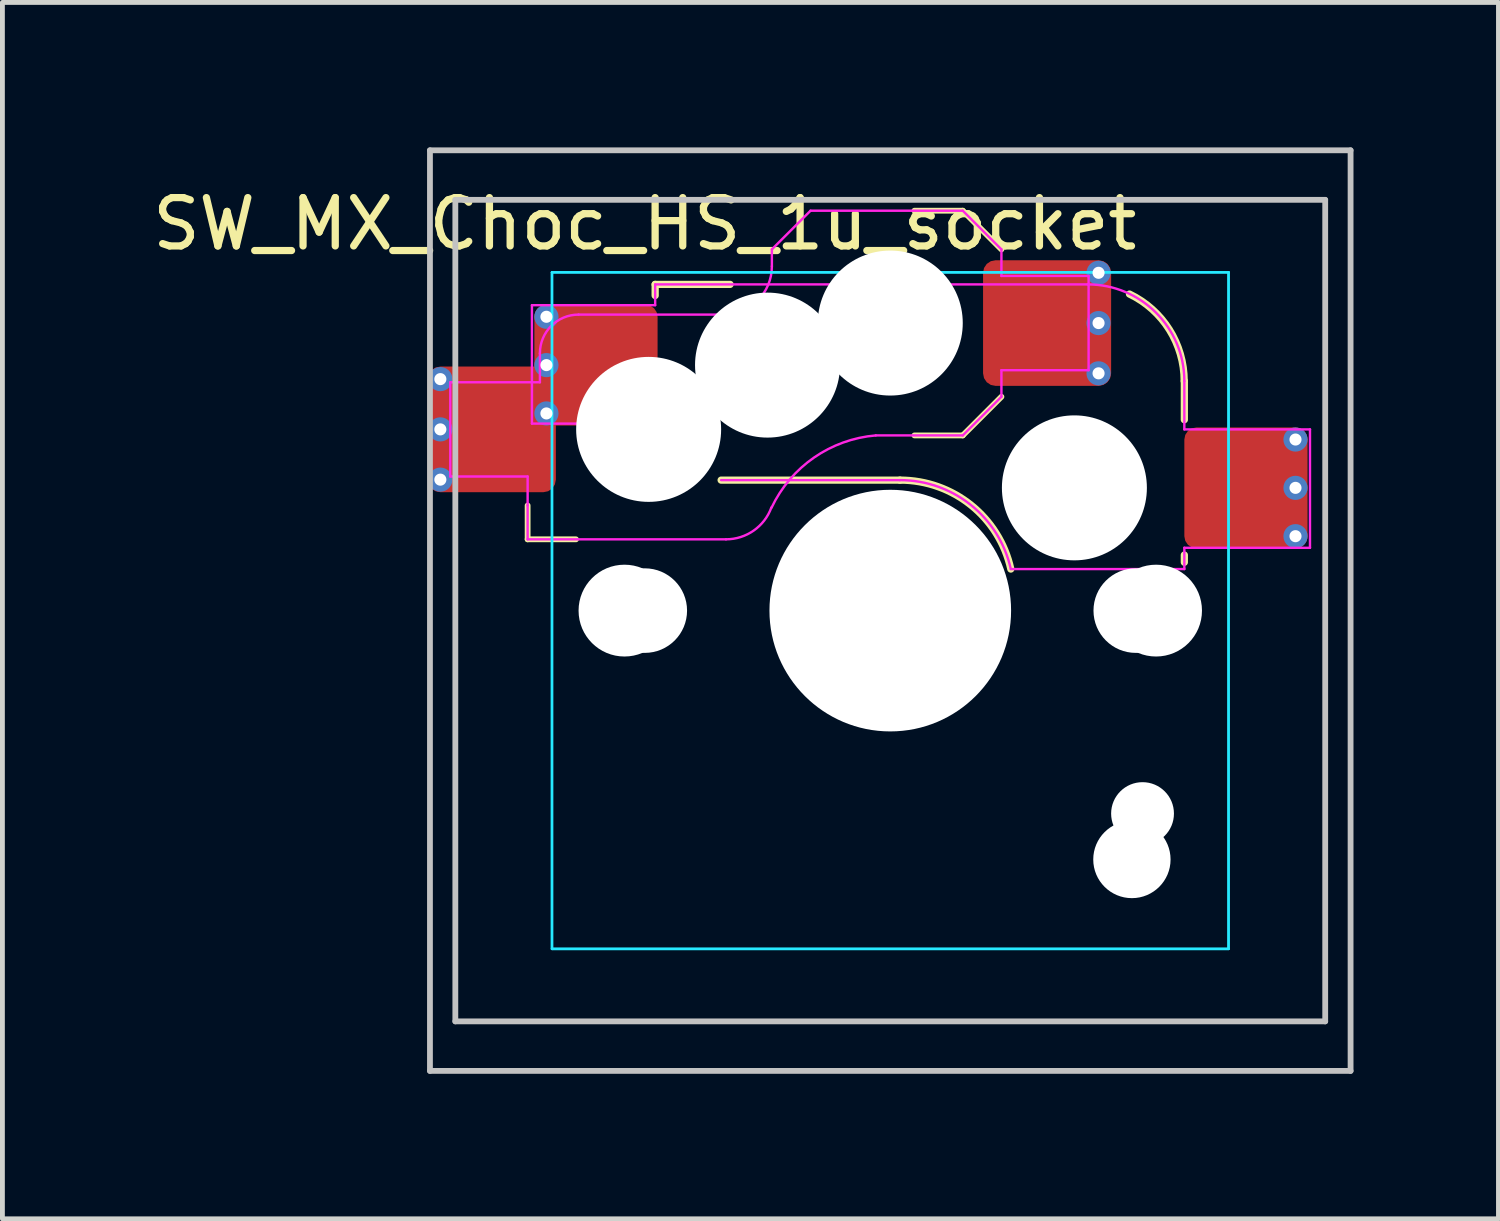
<source format=kicad_pcb>
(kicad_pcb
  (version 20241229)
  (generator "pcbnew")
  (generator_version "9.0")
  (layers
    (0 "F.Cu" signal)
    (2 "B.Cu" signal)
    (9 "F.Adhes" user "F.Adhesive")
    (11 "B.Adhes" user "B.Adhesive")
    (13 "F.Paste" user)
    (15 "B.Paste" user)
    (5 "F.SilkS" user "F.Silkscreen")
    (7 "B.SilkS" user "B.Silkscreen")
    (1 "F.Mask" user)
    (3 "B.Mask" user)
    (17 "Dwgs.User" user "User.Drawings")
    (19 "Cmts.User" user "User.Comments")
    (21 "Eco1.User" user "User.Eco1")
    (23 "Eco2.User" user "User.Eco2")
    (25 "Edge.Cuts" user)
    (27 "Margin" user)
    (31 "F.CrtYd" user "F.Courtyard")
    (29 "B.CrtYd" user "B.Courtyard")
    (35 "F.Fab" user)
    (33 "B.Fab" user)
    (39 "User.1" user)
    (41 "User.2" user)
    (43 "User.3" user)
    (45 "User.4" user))
  (footprint "SW_MX_Choc_HS_1u_socket"
    (layer "F.Cu")
    (at 15.372 9.585)
    (property "Reference" "SW_MX_Choc_HS_1u_socket" (at -5.08 -8.001 0) (layer "F.SilkS") (effects (font (size 1 1) (thickness 0.15))))
    (attr smd)
    (fp_line (start -7.504 -1.475) (end -7.504 -2.175) (stroke (width 0.12) (type solid)) (layer "F.SilkS"))
    (fp_line (start -7.504 -1.475) (end -6.504 -1.475) (stroke (width 0.12) (type solid)) (layer "F.SilkS"))
    (fp_line (start -4.865 -6.75) (end -4.865 -6.52) (stroke (width 0.15) (type solid)) (layer "F.SilkS"))
    (fp_line (start -3.5 -2.7) (end 0.2 -2.7) (stroke (width 0.15) (type solid)) (layer "F.SilkS"))
    (fp_line (start -3.315 -6.75) (end -4.865 -6.75) (stroke (width 0.15) (type solid)) (layer "F.SilkS"))
    (fp_line (start 1.5 -8.275) (end 0.5 -8.275) (stroke (width 0.12) (type solid)) (layer "F.SilkS"))
    (fp_line (start 1.5 -3.625) (end 0.5 -3.625) (stroke (width 0.12) (type solid)) (layer "F.SilkS"))
    (fp_line (start 1.5 -3.625) (end 2.3 -4.425) (stroke (width 0.12) (type solid)) (layer "F.SilkS"))
    (fp_line (start 2.3 -7.475) (end 1.5 -8.275) (stroke (width 0.12) (type solid)) (layer "F.SilkS"))
    (fp_line (start 6.085 -3.95) (end 6.085 -4.75) (stroke (width 0.15) (type solid)) (layer "F.SilkS"))
    (fp_line (start 6.085 -1.15) (end 6.085 -1) (stroke (width 0.15) (type solid)) (layer "F.SilkS"))
    (fp_arc (start 0.2 -2.70022) (mid 1.670693 -2.183637) (end 2.494322 -0.86022) (stroke (width 0.15) (type solid)) (layer "F.SilkS"))
    (fp_arc (start 4.95 -6.549999) (mid 5.775442 -5.813297) (end 6.081957 -4.75022) (stroke (width 0.15) (type solid)) (layer "F.SilkS"))
    (fp_line (start -9.525 -9.525) (end 9.525 -9.525) (stroke (width 0.12) (type solid)) (layer "Dwgs.User"))
    (fp_line (start -9.525 9.525) (end -9.525 -9.525) (stroke (width 0.12) (type solid)) (layer "Dwgs.User"))
    (fp_line (start -9 -8.5) (end -9 8.5) (stroke (width 0.12) (type solid)) (layer "Dwgs.User"))
    (fp_line (start -9 8.5) (end 9 8.5) (stroke (width 0.12) (type solid)) (layer "Dwgs.User"))
    (fp_line (start 9 -8.5) (end -9 -8.5) (stroke (width 0.12) (type solid)) (layer "Dwgs.User"))
    (fp_line (start 9 8.5) (end 9 -8.5) (stroke (width 0.12) (type solid)) (layer "Dwgs.User"))
    (fp_line (start 9.525 -9.525) (end 9.525 9.525) (stroke (width 0.12) (type solid)) (layer "Dwgs.User"))
    (fp_line (start 9.525 9.525) (end -9.525 9.525) (stroke (width 0.12) (type solid)) (layer "Dwgs.User"))
    (fp_line (start -7 -6.5) (end -7 6.5) (stroke (width 0.05) (type solid)) (layer "Eco2.User"))
    (fp_line (start -6.95 -6.45) (end -6.95 6.45) (stroke (width 0.05) (type solid)) (layer "Eco2.User"))
    (fp_line (start -6.5 7) (end 6.5 7) (stroke (width 0.05) (type solid)) (layer "Eco2.User"))
    (fp_line (start -6.45 6.95) (end 6.45 6.95) (stroke (width 0.05) (type solid)) (layer "Eco2.User"))
    (fp_line (start 6.45 -6.95) (end -6.45 -6.95) (stroke (width 0.05) (type solid)) (layer "Eco2.User"))
    (fp_line (start 6.5 -7) (end -6.5 -7) (stroke (width 0.05) (type solid)) (layer "Eco2.User"))
    (fp_line (start 6.95 6.45) (end 6.95 -6.45) (stroke (width 0.05) (type solid)) (layer "Eco2.User"))
    (fp_line (start 7 6.5) (end 7 -6.5) (stroke (width 0.05) (type solid)) (layer "Eco2.User"))
    (fp_arc (start -7 -6.5) (mid -6.853553 -6.853553) (end -6.5 -7) (stroke (width 0.05) (type solid)) (layer "Eco2.User"))
    (fp_arc (start -6.95 -6.45) (mid -6.803553 -6.803553) (end -6.45 -6.95) (stroke (width 0.05) (type solid)) (layer "Eco2.User"))
    (fp_arc (start -6.497236 6.998884) (mid -6.850789 6.852437) (end -6.997236 6.498884) (stroke (width 0.05) (type solid)) (layer "Eco2.User"))
    (fp_arc (start -6.45 6.95) (mid -6.803553 6.803553) (end -6.95 6.45) (stroke (width 0.05) (type solid)) (layer "Eco2.User"))
    (fp_arc (start 6.45 -6.95) (mid 6.803553 -6.803553) (end 6.95 -6.45) (stroke (width 0.05) (type solid)) (layer "Eco2.User"))
    (fp_arc (start 6.5 -7) (mid 6.853553 -6.853553) (end 7 -6.5) (stroke (width 0.05) (type solid)) (layer "Eco2.User"))
    (fp_arc (start 6.95 6.45) (mid 6.803553 6.803553) (end 6.45 6.95) (stroke (width 0.05) (type solid)) (layer "Eco2.User"))
    (fp_arc (start 7 6.5) (mid 6.853553 6.853553) (end 6.5 7) (stroke (width 0.05) (type solid)) (layer "Eco2.User"))
    (fp_line (start -7 -7) (end -7 7) (stroke (width 0.05) (type solid)) (layer "B.CrtYd"))
    (fp_line (start -7 -7) (end 7 -7) (stroke (width 0.05) (type solid)) (layer "B.CrtYd"))
    (fp_line (start -7 7) (end -7 -7) (stroke (width 0.05) (type solid)) (layer "B.CrtYd"))
    (fp_line (start -7 7) (end 7 7) (stroke (width 0.05) (type solid)) (layer "B.CrtYd"))
    (fp_line (start 7 -7) (end -7 -7) (stroke (width 0.05) (type solid)) (layer "B.CrtYd"))
    (fp_line (start 7 -7) (end 7 7) (stroke (width 0.05) (type solid)) (layer "B.CrtYd"))
    (fp_line (start 7 7) (end -7 7) (stroke (width 0.05) (type solid)) (layer "B.CrtYd"))
    (fp_line (start 7 7) (end 7 -7) (stroke (width 0.05) (type solid)) (layer "B.CrtYd"))
    (fp_line (start -9.104 -4.725) (end -9.104 -2.775) (stroke (width 0.05) (type solid)) (layer "F.CrtYd"))
    (fp_line (start -9.104 -2.775) (end -7.504 -2.775) (stroke (width 0.05) (type solid)) (layer "F.CrtYd"))
    (fp_line (start -7.504 -2.175) (end -7.504 -2.775) (stroke (width 0.05) (type solid)) (layer "F.CrtYd"))
    (fp_line (start -7.504 -1.475) (end -7.504 -2.175) (stroke (width 0.05) (type solid)) (layer "F.CrtYd"))
    (fp_line (start -7.504 -1.475) (end -3.4 -1.475) (stroke (width 0.05) (type solid)) (layer "F.CrtYd"))
    (fp_line (start -7.415 -6.32) (end -4.865 -6.32) (stroke (width 0.05) (type solid)) (layer "F.CrtYd"))
    (fp_line (start -7.415 -3.87) (end -7.415 -6.32) (stroke (width 0.05) (type solid)) (layer "F.CrtYd"))
    (fp_line (start -7.25 -5.325) (end -7.25 -4.725) (stroke (width 0.05) (type solid)) (layer "F.CrtYd"))
    (fp_line (start -7.25 -4.725) (end -9.104 -4.725) (stroke (width 0.05) (type solid)) (layer "F.CrtYd"))
    (fp_line (start -4.865 -6.75) (end -4.865 -6.32) (stroke (width 0.05) (type solid)) (layer "F.CrtYd"))
    (fp_line (start -4.865 -3.87) (end -7.415 -3.87) (stroke (width 0.05) (type solid)) (layer "F.CrtYd"))
    (fp_line (start -4.865 -3.87) (end -4.865 -2.7) (stroke (width 0.05) (type solid)) (layer "F.CrtYd"))
    (fp_line (start -3.5 -2.7) (end 0.2 -2.7) (stroke (width 0.05) (type solid)) (layer "F.CrtYd"))
    (fp_line (start -3.45 -6.125) (end -6.45 -6.125) (stroke (width 0.05) (type solid)) (layer "F.CrtYd"))
    (fp_line (start -2.45 -7.475) (end -2.45 -7.125) (stroke (width 0.05) (type solid)) (layer "F.CrtYd"))
    (fp_line (start -2.45 -7.475) (end -1.65 -8.275) (stroke (width 0.05) (type solid)) (layer "F.CrtYd"))
    (fp_line (start 1.5 -8.275) (end -1.65 -8.275) (stroke (width 0.05) (type solid)) (layer "F.CrtYd"))
    (fp_line (start 1.5 -3.625) (end -0.3 -3.625) (stroke (width 0.05) (type solid)) (layer "F.CrtYd"))
    (fp_line (start 1.5 -3.625) (end 2.3 -4.425) (stroke (width 0.05) (type solid)) (layer "F.CrtYd"))
    (fp_line (start 2.3 -7.475) (end 1.5 -8.275) (stroke (width 0.05) (type solid)) (layer "F.CrtYd"))
    (fp_line (start 2.3 -7.475) (end 2.3 -6.925) (stroke (width 0.05) (type solid)) (layer "F.CrtYd"))
    (fp_line (start 2.3 -4.975) (end 2.3 -4.425) (stroke (width 0.05) (type solid)) (layer "F.CrtYd"))
    (fp_line (start 4.085 -6.75) (end -4.865 -6.75) (stroke (width 0.05) (type solid)) (layer "F.CrtYd"))
    (fp_line (start 4.104 -6.925) (end 2.3 -6.925) (stroke (width 0.05) (type solid)) (layer "F.CrtYd"))
    (fp_line (start 4.104 -4.975) (end 2.3 -4.975) (stroke (width 0.05) (type solid)) (layer "F.CrtYd"))
    (fp_line (start 4.104 -4.975) (end 4.104 -6.925) (stroke (width 0.05) (type solid)) (layer "F.CrtYd"))
    (fp_line (start 6.085 -3.75) (end 6.085 -4.75) (stroke (width 0.05) (type solid)) (layer "F.CrtYd"))
    (fp_line (start 6.085 -3.75) (end 8.685 -3.75) (stroke (width 0.05) (type solid)) (layer "F.CrtYd"))
    (fp_line (start 6.085 -1.3) (end 6.085 -0.86) (stroke (width 0.05) (type solid)) (layer "F.CrtYd"))
    (fp_line (start 6.085 -0.86) (end 2.494 -0.86) (stroke (width 0.05) (type solid)) (layer "F.CrtYd"))
    (fp_line (start 8.685 -3.75) (end 8.685 -1.3) (stroke (width 0.05) (type solid)) (layer "F.CrtYd"))
    (fp_line (start 8.685 -1.3) (end 6.085 -1.3) (stroke (width 0.05) (type solid)) (layer "F.CrtYd"))
    (fp_arc (start -7.25 -5.325) (mid -7.015685 -5.890685) (end -6.45 -6.125) (stroke (width 0.05) (type solid)) (layer "F.CrtYd"))
    (fp_arc (start -2.460307 -2.13298) (mid -2.826423 -1.655848) (end -3.4 -1.475) (stroke (width 0.05) (type solid)) (layer "F.CrtYd"))
    (fp_arc (start -2.455444 -2.13293) (mid -1.577271 -3.167234) (end -0.299999 -3.624999) (stroke (width 0.05) (type solid)) (layer "F.CrtYd"))
    (fp_arc (start -2.45 -7.125) (mid -2.742893 -6.417893) (end -3.45 -6.125) (stroke (width 0.05) (type solid)) (layer "F.CrtYd"))
    (fp_arc (start 0.2 -2.70022) (mid 1.670503 -2.183399) (end 2.494322 -0.86022) (stroke (width 0.05) (type solid)) (layer "F.CrtYd"))
    (fp_arc (start 4.085176 -6.75022) (mid 5.49939 -6.164434) (end 6.085176 -4.75022) (stroke (width 0.05) (type solid)) (layer "F.CrtYd"))
    (pad "" np_thru_hole circle (at -5.5 0) (size 1.9 1.9) (drill 1.9) (layers "*.Cu" "*.Mask"))
    (pad "" np_thru_hole circle (at -5.08 0) (size 1.75 1.75) (drill 1.75) (layers "*.Cu" "*.Mask"))
    (pad "" np_thru_hole circle (at -5 -3.75 180) (size 3 3) (drill 3) (layers "*.Cu" "*.Mask"))
    (pad "" np_thru_hole circle (at -2.54 -5.08) (size 3 3) (drill 3) (layers "*.Cu" "*.Mask"))
    (pad "" np_thru_hole circle (at 0 -5.95 180) (size 3 3) (drill 3) (layers "*.Cu" "*.Mask"))
    (pad "" np_thru_hole circle (at 0 0) (size 5 5) (drill 5) (layers "*.Cu" "*.Mask"))
    (pad "" np_thru_hole circle (at 3.81 -2.54) (size 3 3) (drill 3) (layers "*.Cu" "*.Mask"))
    (pad "" np_thru_hole circle (at 5 5.15) (size 1.6 1.6) (drill 1.6) (layers "*.Cu" "*.Mask"))
    (pad "" np_thru_hole circle (at 5.08 0) (size 1.75 1.75) (drill 1.75) (layers "*.Cu" "*.Mask"))
    (pad "" np_thru_hole circle (at 5.22 4.2) (size 1.3 1.3) (drill 1.3) (layers "*.Cu" "*.Mask"))
    (pad "" np_thru_hole circle (at 5.5 0) (size 1.9 1.9) (drill 1.9) (layers "*.Cu" "*.Mask"))
    (pad "1" thru_hole circle (at -9.31 -4.79) (size 0.5 0.5) (drill 0.25) (layers "*.Cu"))
    (pad "1" thru_hole circle (at -9.31 -3.75) (size 0.5 0.5) (drill 0.25) (layers "*.Cu"))
    (pad "1" thru_hole circle (at -9.31 -2.71) (size 0.5 0.5) (drill 0.25) (layers "*.Cu"))
    (pad "1" smd roundrect (at -8.245 -3.75 180) (size 2.65 2.6) (layers "F.Cu" "F.Mask" "F.Paste") (roundrect_rratio 0.1))
    (pad "1" thru_hole circle (at -7.115 -6.08) (size 0.5 0.5) (drill 0.25) (layers "*.Cu"))
    (pad "1" thru_hole circle (at -7.115 -5.08) (size 0.5 0.5) (drill 0.25) (layers "*.Cu"))
    (pad "1" thru_hole circle (at -7.115 -4.08) (size 0.5 0.5) (drill 0.25) (layers "*.Cu"))
    (pad "1" smd roundrect (at -6.09 -5.08) (size 2.55 2.5) (layers "F.Cu" "F.Mask" "F.Paste") (roundrect_rratio 0.1))
    (pad "2" smd roundrect (at 3.245 -5.95 180) (size 2.65 2.6) (layers "F.Cu" "F.Mask" "F.Paste") (roundrect_rratio 0.1))
    (pad "2" thru_hole circle (at 4.31 -6.99) (size 0.5 0.5) (drill 0.25) (layers "*.Cu"))
    (pad "2" thru_hole circle (at 4.31 -5.95) (size 0.5 0.5) (drill 0.25) (layers "*.Cu"))
    (pad "2" thru_hole circle (at 4.31 -4.91) (size 0.5 0.5) (drill 0.25) (layers "*.Cu"))
    (pad "2" smd roundrect (at 7.36 -2.54) (size 2.55 2.5) (layers "F.Cu" "F.Mask" "F.Paste") (roundrect_rratio 0.1))
    (pad "2" thru_hole circle (at 8.385 -3.54) (size 0.5 0.5) (drill 0.25) (layers "*.Cu"))
    (pad "2" thru_hole circle (at 8.385 -2.54) (size 0.5 0.5) (drill 0.25) (layers "*.Cu"))
    (pad "2" thru_hole circle (at 8.385 -1.54) (size 0.5 0.5) (drill 0.25) (layers "*.Cu")))
  (gr_rect
    (start -3 -3)
    (end 27.957 22.17)
    (stroke (width 0.1) (type default))
    (fill no)
    (layer "Edge.Cuts")))
</source>
